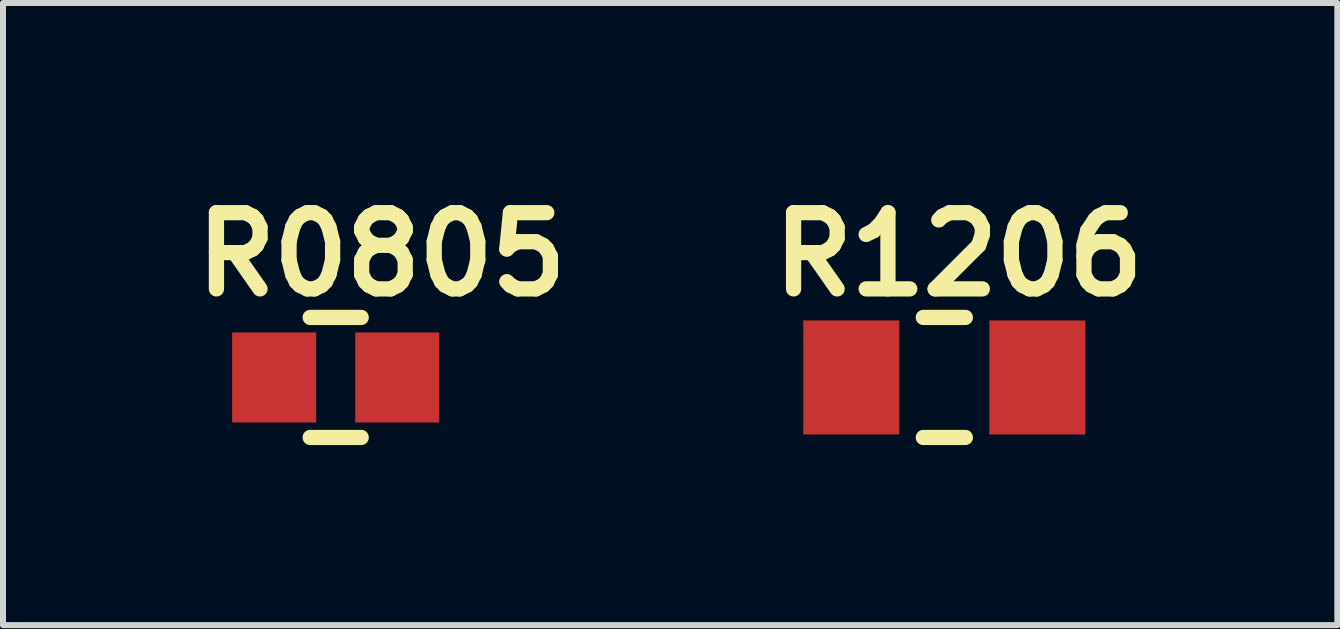
<source format=kicad_pcb>
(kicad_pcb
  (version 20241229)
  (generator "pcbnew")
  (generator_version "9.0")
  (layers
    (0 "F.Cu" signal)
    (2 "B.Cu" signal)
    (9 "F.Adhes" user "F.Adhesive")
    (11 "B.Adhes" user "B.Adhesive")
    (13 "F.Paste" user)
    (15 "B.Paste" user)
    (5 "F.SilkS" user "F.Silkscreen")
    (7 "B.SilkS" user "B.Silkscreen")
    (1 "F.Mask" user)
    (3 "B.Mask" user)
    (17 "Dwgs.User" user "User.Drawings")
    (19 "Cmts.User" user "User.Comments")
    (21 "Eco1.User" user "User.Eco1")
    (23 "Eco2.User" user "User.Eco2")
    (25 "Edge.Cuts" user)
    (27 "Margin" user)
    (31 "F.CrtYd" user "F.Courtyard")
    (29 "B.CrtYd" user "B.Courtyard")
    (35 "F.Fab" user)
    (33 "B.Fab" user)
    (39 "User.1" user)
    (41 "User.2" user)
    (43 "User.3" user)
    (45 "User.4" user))
  (footprint "R1206"
    (layer "F.Cu")
    (at 11.134 3.239)
    (property "Reference" "R1206" (at 1.79 -2.05 0) (layer "F.SilkS") (effects (font (size 1.27 1.27) (thickness 0.254))))
    (attr through_hole)
    (fp_line (start 1.2 -1) (end 1.9 -1) (stroke (width 0.254) (type solid)) (layer "F.SilkS"))
    (fp_line (start 1.2 1) (end 1.9 1) (stroke (width 0.254) (type solid)) (layer "F.SilkS"))
    (pad "1" smd rect (at 0 0) (size 1.6 1.9) (layers "F.Cu" "F.Mask" "F.Paste"))
    (pad "2" smd rect (at 3.1 0) (size 1.6 1.9) (layers "F.Cu" "F.Mask" "F.Paste")))
  (footprint "R0805"
    (layer "F.Cu")
    (at 1.518 3.239)
    (property "Reference" "R0805" (at 1.79 -2.05 0) (layer "F.SilkS") (effects (font (size 1.27 1.27) (thickness 0.254))))
    (attr through_hole)
    (fp_line (start 0.6 -1) (end 1.45 -1) (stroke (width 0.254) (type solid)) (layer "F.SilkS"))
    (fp_line (start 0.6 1) (end 1.45 1) (stroke (width 0.254) (type solid)) (layer "F.SilkS"))
    (pad "1" smd rect (at 0 0) (size 1.4 1.5) (layers "F.Cu" "F.Mask" "F.Paste"))
    (pad "2" smd rect (at 2.05 0) (size 1.4 1.5) (layers "F.Cu" "F.Mask" "F.Paste")))
  (gr_rect
    (start -3 -3)
    (end 19.232 7.366)
    (stroke (width 0.1) (type default))
    (fill no)
    (layer "Edge.Cuts")))
</source>
